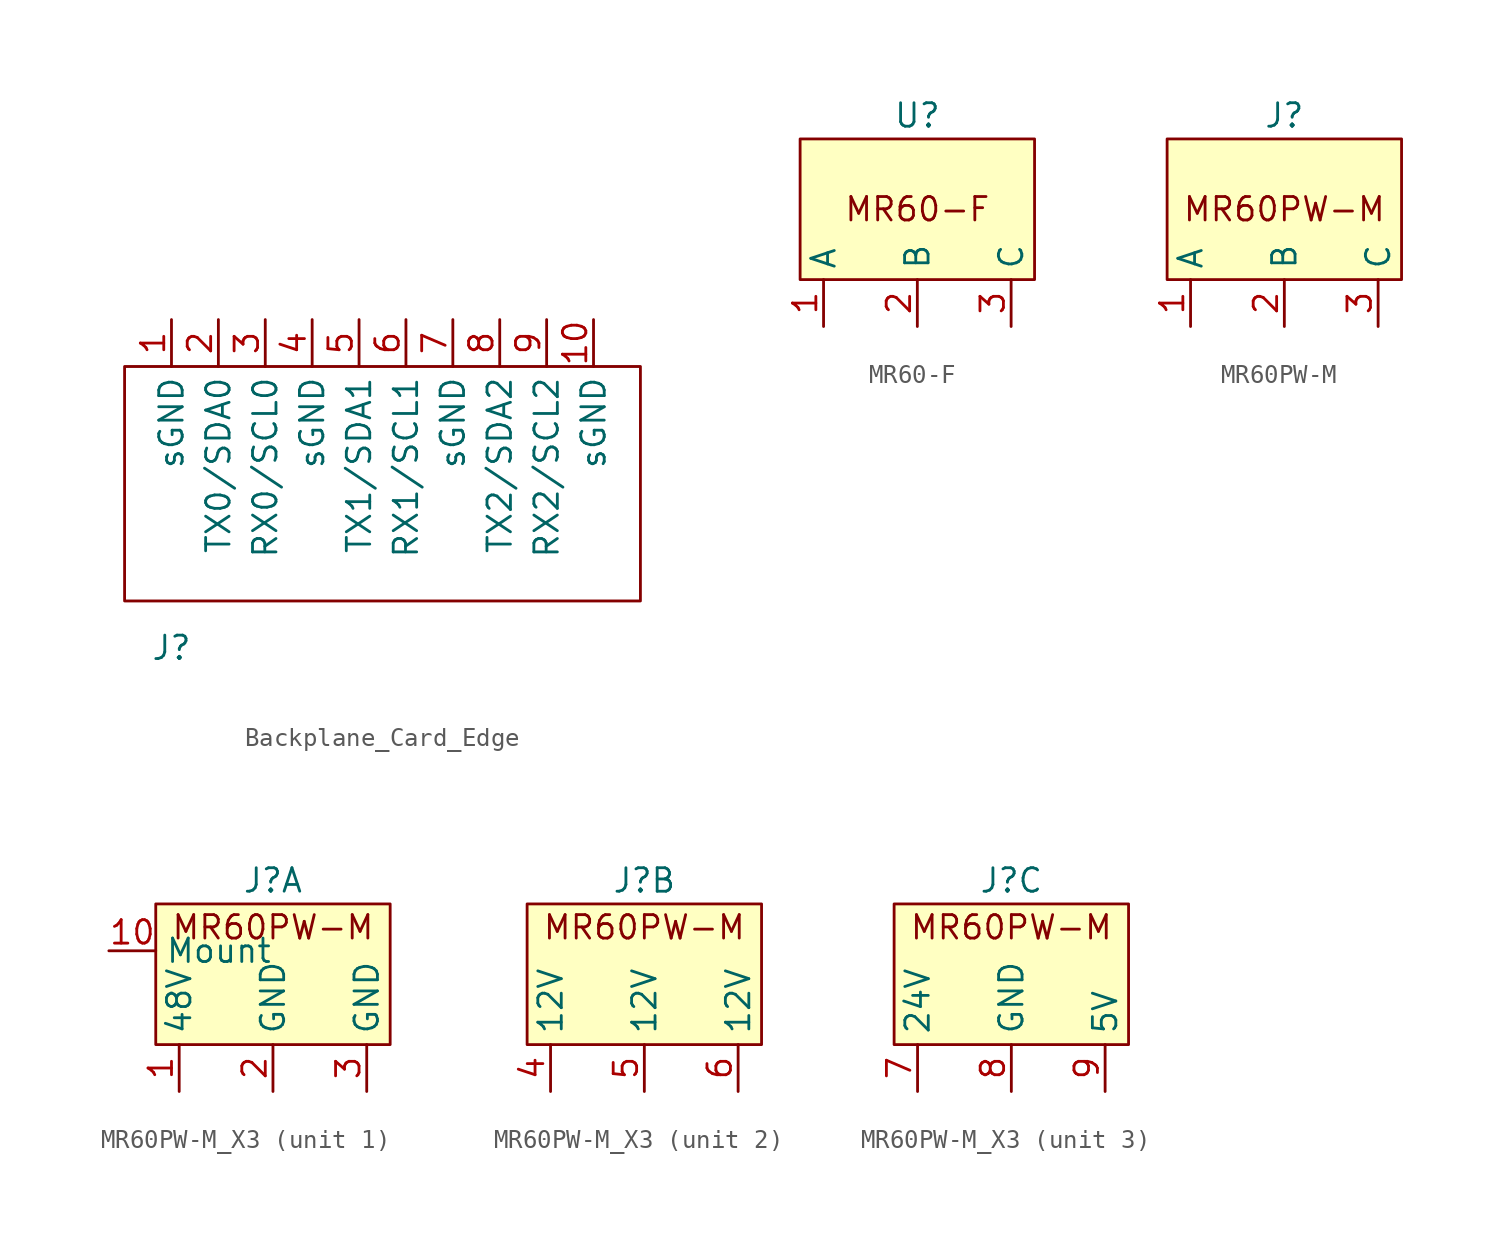
<source format=kicad_sym>
(kicad_symbol_lib
  (version 20220914)
  (generator kicad_symbol_editor)
  (symbol "Backplane_Card_Edge"
    (property "Reference" "J"
      (at -10.16 -15.24 0)
      (effects (font (size 1.27 1.27))))
    (property "Value" ""
      (at 2.54 12.7 0)
      (effects (font (size 1.27 1.27))))
    (symbol "Backplane_Card_Edge_0_1"
      (rectangle (start -12.7 0) (end 15.24 -12.7) (stroke (width 0) (type default)) (fill (type none))))
    (symbol "Backplane_Card_Edge_1_1"
      (pin bidirectional line (at -10.16 2.54 270) (length 2.54) (name "sGND" (effects (font (size 1.27 1.27)))) (number "1" (effects (font (size 1.27 1.27)))))
      (pin bidirectional line (at 12.7 2.54 270) (length 2.54) (name "sGND" (effects (font (size 1.27 1.27)))) (number "10" (effects (font (size 1.27 1.27)))))
      (pin bidirectional line (at -7.62 2.54 270) (length 2.54) (name "TX0/SDA0" (effects (font (size 1.27 1.27)))) (number "2" (effects (font (size 1.27 1.27)))))
      (pin bidirectional line (at -5.08 2.54 270) (length 2.54) (name "RX0/SCL0" (effects (font (size 1.27 1.27)))) (number "3" (effects (font (size 1.27 1.27)))))
      (pin bidirectional line (at -2.54 2.54 270) (length 2.54) (name "sGND" (effects (font (size 1.27 1.27)))) (number "4" (effects (font (size 1.27 1.27)))))
      (pin bidirectional line (at 0 2.54 270) (length 2.54) (name "TX1/SDA1" (effects (font (size 1.27 1.27)))) (number "5" (effects (font (size 1.27 1.27)))))
      (pin bidirectional line (at 2.54 2.54 270) (length 2.54) (name "RX1/SCL1" (effects (font (size 1.27 1.27)))) (number "6" (effects (font (size 1.27 1.27)))))
      (pin bidirectional line (at 5.08 2.54 270) (length 2.54) (name "sGND" (effects (font (size 1.27 1.27)))) (number "7" (effects (font (size 1.27 1.27)))))
      (pin bidirectional line (at 7.62 2.54 270) (length 2.54) (name "TX2/SDA2" (effects (font (size 1.27 1.27)))) (number "8" (effects (font (size 1.27 1.27)))))
      (pin bidirectional line (at 10.16 2.54 270) (length 2.54) (name "RX2/SCL2" (effects (font (size 1.27 1.27)))) (number "9" (effects (font (size 1.27 1.27)))))))
  (symbol "MR60-F"
    (property "Reference" "U"
      (at -3.81 11.43 0)
      (effects (font (size 1.27 1.27))))
    (property "Value" ""
      (at -3.81 6.35 0)
      (effects (font (size 1.27 1.27))))
    (symbol "MR60-F_1_1"
      (rectangle (start -10.16 10.16) (end 2.54 2.54) (stroke (width 0) (type default)) (fill (type background)))
      (text "MR60-F\n" (at -3.81 6.35 0) (effects (font (size 1.27 1.27))))
      (pin bidirectional line (at -8.89 0 90) (length 2.54) (name "A" (effects (font (size 1.27 1.27)))) (number "1" (effects (font (size 1.27 1.27)))))
      (pin bidirectional line (at -3.81 0 90) (length 2.54) (name "B" (effects (font (size 1.27 1.27)))) (number "2" (effects (font (size 1.27 1.27)))))
      (pin bidirectional line (at 1.27 0 90) (length 2.54) (name "C" (effects (font (size 1.27 1.27)))) (number "3" (effects (font (size 1.27 1.27)))))))
  (symbol "MR60PW-M"
    (property "Reference" "J"
      (at -3.81 11.43 0)
      (effects (font (size 1.27 1.27))))
    (property "Value" ""
      (at -3.81 6.35 0)
      (effects (font (size 1.27 1.27))))
    (symbol "MR60PW-M_1_1"
      (rectangle (start -10.16 10.16) (end 2.54 2.54) (stroke (width 0) (type default)) (fill (type background)))
      (text "MR60PW-M\n" (at -3.81 6.35 0) (effects (font (size 1.27 1.27))))
      (pin bidirectional line (at -8.89 0 90) (length 2.54) (name "A" (effects (font (size 1.27 1.27)))) (number "1" (effects (font (size 1.27 1.27)))))
      (pin bidirectional line (at -3.81 0 90) (length 2.54) (name "B" (effects (font (size 1.27 1.27)))) (number "2" (effects (font (size 1.27 1.27)))))
      (pin bidirectional line (at 1.27 0 90) (length 2.54) (name "C" (effects (font (size 1.27 1.27)))) (number "3" (effects (font (size 1.27 1.27)))))))
  (symbol "MR60PW-M_X3"
    (property "Reference" "J"
      (at -3.81 11.43 0)
      (effects (font (size 1.27 1.27))))
    (property "Value" ""
      (at -3.81 6.35 0)
      (effects (font (size 1.27 1.27))))
    (symbol "MR60PW-M_X3_1_1"
      (rectangle (start -10.16 10.16) (end 2.54 2.54) (stroke (width 0) (type default)) (fill (type background)))
      (text "MR60PW-M\n" (at -3.81 8.89 0) (effects (font (size 1.27 1.27))))
      (pin bidirectional line (at -8.89 0 90) (length 2.54) (name "48V" (effects (font (size 1.27 1.27)))) (number "1" (effects (font (size 1.27 1.27)))))
      (pin unspecified line (at -12.7 7.62 0) (length 2.54) (name "Mount" (effects (font (size 1.27 1.27)))) (number "10" (effects (font (size 1.27 1.27)))))
      (pin bidirectional line (at -3.81 0 90) (length 2.54) (name "GND" (effects (font (size 1.27 1.27)))) (number "2" (effects (font (size 1.27 1.27)))))
      (pin bidirectional line (at 1.27 0 90) (length 2.54) (name "GND" (effects (font (size 1.27 1.27)))) (number "3" (effects (font (size 1.27 1.27))))))
    (symbol "MR60PW-M_X3_2_1"
      (rectangle (start -10.16 10.16) (end 2.54 2.54) (stroke (width 0) (type default)) (fill (type background)))
      (text "MR60PW-M\n" (at -3.81 8.89 0) (effects (font (size 1.27 1.27))))
      (pin bidirectional line (at -8.89 0 90) (length 2.54) (name "12V" (effects (font (size 1.27 1.27)))) (number "4" (effects (font (size 1.27 1.27)))))
      (pin bidirectional line (at -3.81 0 90) (length 2.54) (name "12V" (effects (font (size 1.27 1.27)))) (number "5" (effects (font (size 1.27 1.27)))))
      (pin bidirectional line (at 1.27 0 90) (length 2.54) (name "12V" (effects (font (size 1.27 1.27)))) (number "6" (effects (font (size 1.27 1.27))))))
    (symbol "MR60PW-M_X3_3_1"
      (rectangle (start -10.16 10.16) (end 2.54 2.54) (stroke (width 0) (type default)) (fill (type background)))
      (text "MR60PW-M\n" (at -3.81 8.89 0) (effects (font (size 1.27 1.27))))
      (pin bidirectional line (at -8.89 0 90) (length 2.54) (name "24V" (effects (font (size 1.27 1.27)))) (number "7" (effects (font (size 1.27 1.27)))))
      (pin bidirectional line (at -3.81 0 90) (length 2.54) (name "GND" (effects (font (size 1.27 1.27)))) (number "8" (effects (font (size 1.27 1.27)))))
      (pin bidirectional line (at 1.27 0 90) (length 2.54) (name "5V" (effects (font (size 1.27 1.27)))) (number "9" (effects (font (size 1.27 1.27))))))))
</source>
